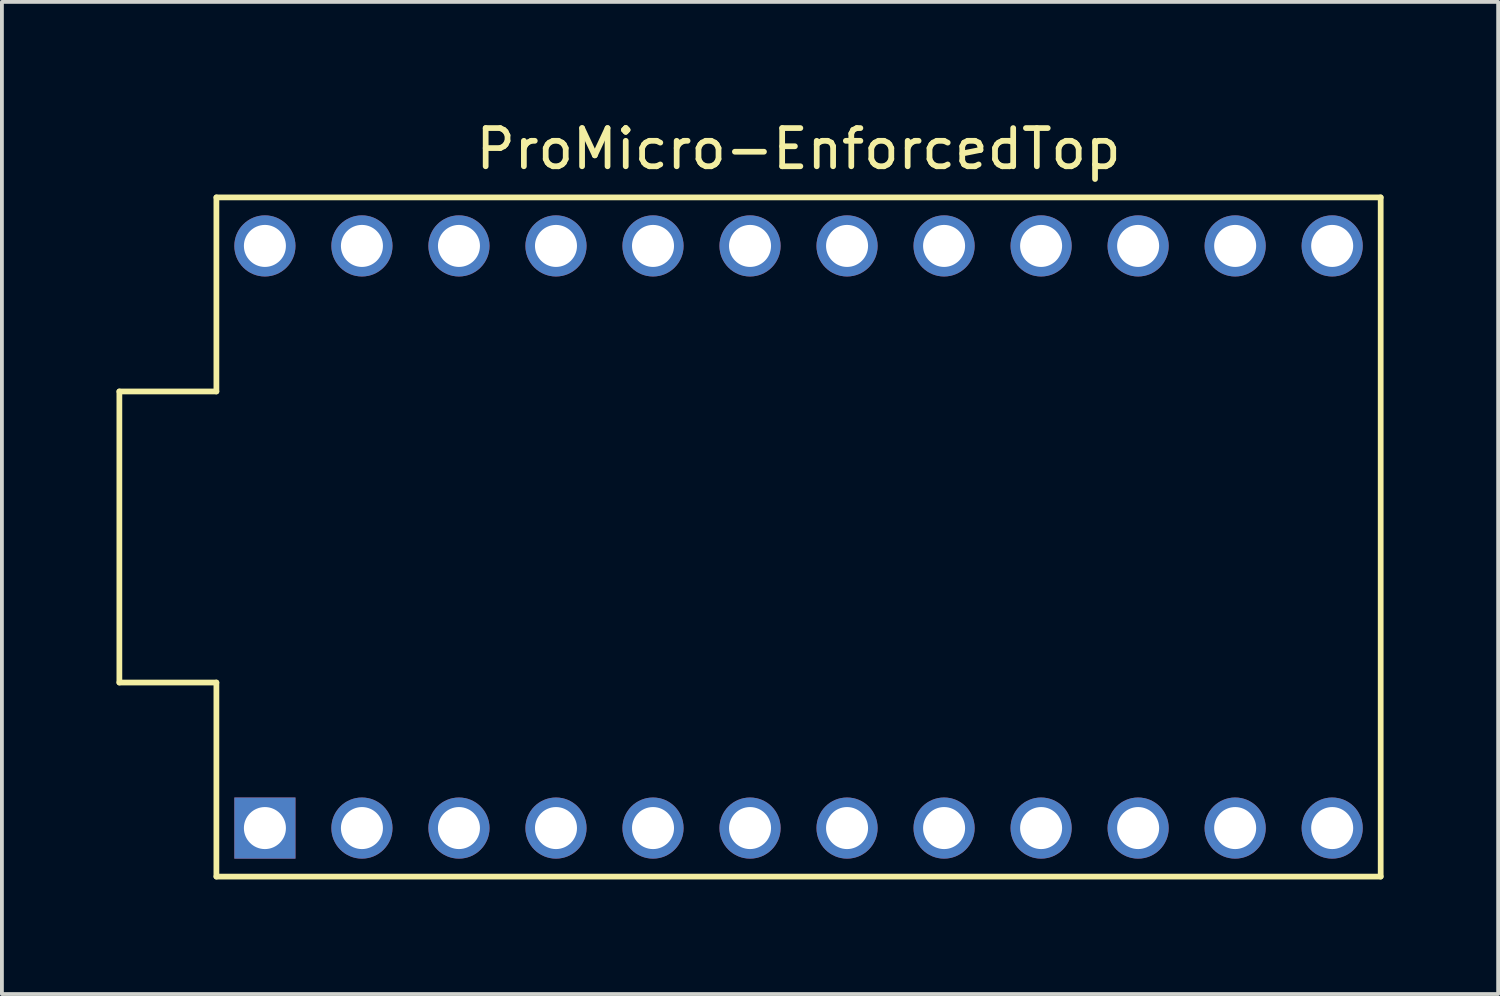
<source format=kicad_pcb>
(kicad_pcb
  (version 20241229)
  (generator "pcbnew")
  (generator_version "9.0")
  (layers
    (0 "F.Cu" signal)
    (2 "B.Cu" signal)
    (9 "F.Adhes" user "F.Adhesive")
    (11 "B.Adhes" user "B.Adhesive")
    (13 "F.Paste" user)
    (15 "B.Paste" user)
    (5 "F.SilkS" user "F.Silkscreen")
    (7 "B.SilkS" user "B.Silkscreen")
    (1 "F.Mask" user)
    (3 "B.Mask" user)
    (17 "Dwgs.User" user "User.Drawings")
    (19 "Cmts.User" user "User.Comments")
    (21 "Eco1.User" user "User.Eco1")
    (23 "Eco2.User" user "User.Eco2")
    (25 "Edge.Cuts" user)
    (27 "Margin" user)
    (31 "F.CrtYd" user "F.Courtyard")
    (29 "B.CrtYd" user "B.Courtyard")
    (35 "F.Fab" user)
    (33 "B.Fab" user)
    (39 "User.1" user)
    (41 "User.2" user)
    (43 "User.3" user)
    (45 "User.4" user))
  (footprint "ProMicro-EnforcedTop"
    (layer "F.Cu")
    (at 17.855 11.008)
    (property "Reference" "ProMicro-EnforcedTop" (at 0 -10.16 0) (layer "F.SilkS") (effects (font (size 1 1) (thickness 0.15))))
    (attr through_hole)
    (fp_line (start -17.78 -3.81) (end -15.24 -3.81) (stroke (width 0.15) (type solid)) (layer "F.SilkS"))
    (fp_line (start -17.78 3.81) (end -17.78 -3.81) (stroke (width 0.15) (type solid)) (layer "F.SilkS"))
    (fp_line (start -15.24 -8.89) (end 15.24 -8.89) (stroke (width 0.15) (type solid)) (layer "F.SilkS"))
    (fp_line (start -15.24 -3.81) (end -15.24 -8.89) (stroke (width 0.15) (type solid)) (layer "F.SilkS"))
    (fp_line (start -15.24 3.81) (end -17.78 3.81) (stroke (width 0.15) (type solid)) (layer "F.SilkS"))
    (fp_line (start -15.24 8.89) (end -15.24 3.81) (stroke (width 0.15) (type solid)) (layer "F.SilkS"))
    (fp_line (start -15.24 8.89) (end 15.24 8.89) (stroke (width 0.15) (type solid)) (layer "F.SilkS"))
    (fp_line (start 15.24 -8.89) (end 15.24 8.89) (stroke (width 0.15) (type solid)) (layer "F.SilkS"))
    (pad "1" thru_hole rect (at -13.97 7.62) (size 1.6 1.6) (drill 1.1) (layers "*.Cu" "B.Mask"))
    (pad "2" thru_hole circle (at -11.43 7.62) (size 1.6 1.6) (drill 1.1) (layers "*.Cu" "B.Mask"))
    (pad "3" thru_hole circle (at -8.89 7.62) (size 1.6 1.6) (drill 1.1) (layers "*.Cu" "B.Mask"))
    (pad "4" thru_hole circle (at -6.35 7.62) (size 1.6 1.6) (drill 1.1) (layers "*.Cu" "B.Mask"))
    (pad "5" thru_hole circle (at -3.81 7.62) (size 1.6 1.6) (drill 1.1) (layers "*.Cu" "B.Mask"))
    (pad "6" thru_hole circle (at -1.27 7.62) (size 1.6 1.6) (drill 1.1) (layers "*.Cu" "B.Mask"))
    (pad "7" thru_hole circle (at 1.27 7.62) (size 1.6 1.6) (drill 1.1) (layers "*.Cu" "B.Mask"))
    (pad "8" thru_hole circle (at 3.81 7.62) (size 1.6 1.6) (drill 1.1) (layers "*.Cu" "B.Mask"))
    (pad "9" thru_hole circle (at 6.35 7.62) (size 1.6 1.6) (drill 1.1) (layers "*.Cu" "B.Mask"))
    (pad "10" thru_hole circle (at 8.89 7.62) (size 1.6 1.6) (drill 1.1) (layers "*.Cu" "B.Mask"))
    (pad "11" thru_hole circle (at 11.43 7.62) (size 1.6 1.6) (drill 1.1) (layers "*.Cu" "B.Mask"))
    (pad "12" thru_hole circle (at 13.97 7.62) (size 1.6 1.6) (drill 1.1) (layers "*.Cu" "B.Mask"))
    (pad "13" thru_hole circle (at 13.97 -7.62) (size 1.6 1.6) (drill 1.1) (layers "*.Cu" "B.Mask"))
    (pad "14" thru_hole circle (at 11.43 -7.62) (size 1.6 1.6) (drill 1.1) (layers "*.Cu" "B.Mask"))
    (pad "15" thru_hole circle (at 8.89 -7.62) (size 1.6 1.6) (drill 1.1) (layers "*.Cu" "B.Mask"))
    (pad "16" thru_hole circle (at 6.35 -7.62) (size 1.6 1.6) (drill 1.1) (layers "*.Cu" "B.Mask"))
    (pad "17" thru_hole circle (at 3.81 -7.62) (size 1.6 1.6) (drill 1.1) (layers "*.Cu" "B.Mask"))
    (pad "18" thru_hole circle (at 1.27 -7.62) (size 1.6 1.6) (drill 1.1) (layers "*.Cu" "B.Mask"))
    (pad "19" thru_hole circle (at -1.27 -7.62) (size 1.6 1.6) (drill 1.1) (layers "*.Cu" "B.Mask"))
    (pad "20" thru_hole circle (at -3.81 -7.62) (size 1.6 1.6) (drill 1.1) (layers "*.Cu" "B.Mask"))
    (pad "21" thru_hole circle (at -6.35 -7.62) (size 1.6 1.6) (drill 1.1) (layers "*.Cu" "B.Mask"))
    (pad "22" thru_hole circle (at -8.89 -7.62) (size 1.6 1.6) (drill 1.1) (layers "*.Cu" "B.Mask"))
    (pad "23" thru_hole circle (at -11.43 -7.62) (size 1.6 1.6) (drill 1.1) (layers "*.Cu" "B.Mask"))
    (pad "24" thru_hole circle (at -13.97 -7.62) (size 1.6 1.6) (drill 1.1) (layers "*.Cu" "B.Mask")))
  (gr_rect
    (start -3 -3)
    (end 36.17 22.973)
    (stroke (width 0.1) (type default))
    (fill no)
    (layer "Edge.Cuts")))
</source>
